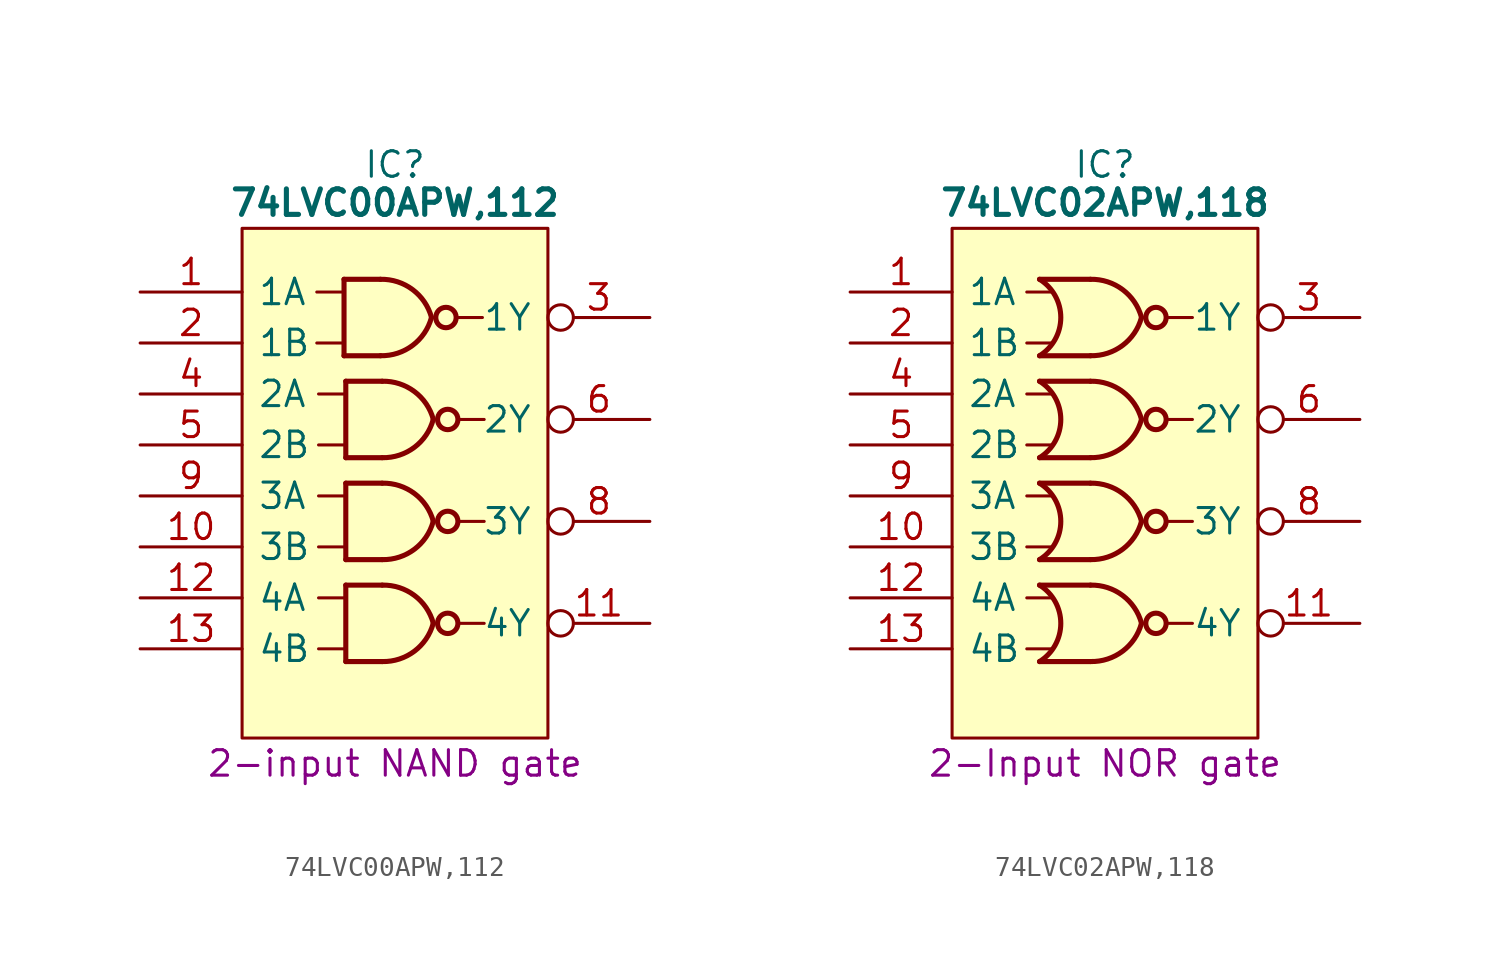
<source format=kicad_sym>
(kicad_symbol_lib
  (version 20231120)
  (generator "kicad_symbol_editor")
  (generator_version "8.0")
  (symbol "74LVC00APW,112"
    (pin_names
      (offset 0.762))
    (property "Reference" "IC"
      (at 12.7 6.35 0)
      (effects (font (size 1.27 1.27))))
    (property "Value" "74LVC00APW,112"
      (at 12.7 4.445 0)
      (effects (font (size 1.27 1.27) (bold yes))))
    (property "Description" "2-input NAND gate"
      (at 12.7 -23.495 0)
      (effects (font (size 1.27 1.27))))
    (symbol "74LVC00APW,112_0_0"
      (pin input line (at 0 0 0) (length 5.08) (name "1A" (effects (font (size 1.27 1.27)))) (number "1" (effects (font (size 1.27 1.27)))))
      (pin input line (at 0 -12.7 0) (length 5.08) (name "3B" (effects (font (size 1.27 1.27)))) (number "10" (effects (font (size 1.27 1.27)))))
      (pin output inverted (at 25.4 -16.51 180) (length 5.08) (name "4Y" (effects (font (size 1.27 1.27)))) (number "11" (effects (font (size 1.27 1.27)))))
      (pin input line (at 0 -15.24 0) (length 5.08) (name "4A" (effects (font (size 1.27 1.27)))) (number "12" (effects (font (size 1.27 1.27)))))
      (pin input line (at 0 -17.78 0) (length 5.08) (name "4B" (effects (font (size 1.27 1.27)))) (number "13" (effects (font (size 1.27 1.27)))))
      (pin passive line (at 25.4 1.27 180) (length 5.08) hide (name "3V" (effects (font (size 1.27 1.27)))) (number "14" (effects (font (size 1.27 1.27)))))
      (pin input line (at 0 -2.54 0) (length 5.08) (name "1B" (effects (font (size 1.27 1.27)))) (number "2" (effects (font (size 1.27 1.27)))))
      (pin output inverted (at 25.4 -1.27 180) (length 5.08) (name "1Y" (effects (font (size 1.27 1.27)))) (number "3" (effects (font (size 1.27 1.27)))))
      (pin input line (at 0 -5.08 0) (length 5.08) (name "2A" (effects (font (size 1.27 1.27)))) (number "4" (effects (font (size 1.27 1.27)))))
      (pin input line (at 0 -7.62 0) (length 5.08) (name "2B" (effects (font (size 1.27 1.27)))) (number "5" (effects (font (size 1.27 1.27)))))
      (pin output inverted (at 25.4 -6.35 180) (length 5.08) (name "2Y" (effects (font (size 1.27 1.27)))) (number "6" (effects (font (size 1.27 1.27)))))
      (pin passive line (at 0 -20.32 0) (length 5.08) hide (name "GND" (effects (font (size 1.27 1.27)))) (number "7" (effects (font (size 1.27 1.27)))))
      (pin output inverted (at 25.4 -11.43 180) (length 5.08) (name "3Y" (effects (font (size 1.27 1.27)))) (number "8" (effects (font (size 1.27 1.27)))))
      (pin input line (at 0 -10.16 0) (length 5.08) (name "3A" (effects (font (size 1.27 1.27)))) (number "9" (effects (font (size 1.27 1.27))))))
    (symbol "74LVC00APW,112_0_1"
      (polyline (pts (xy 8.802 -2.54) (xy 10.072 -2.54)) (stroke (width 0) (type default)) (fill (type none)))
      (polyline (pts (xy 8.802 0) (xy 10.072 0)) (stroke (width 0) (type default)) (fill (type none)))
      (polyline (pts (xy 8.89 -17.78) (xy 10.16 -17.78)) (stroke (width 0) (type default)) (fill (type none)))
      (polyline (pts (xy 8.89 -15.24) (xy 10.16 -15.24)) (stroke (width 0) (type default)) (fill (type none)))
      (polyline (pts (xy 8.89 -12.7) (xy 10.16 -12.7)) (stroke (width 0) (type default)) (fill (type none)))
      (polyline (pts (xy 8.89 -10.16) (xy 10.16 -10.16)) (stroke (width 0) (type default)) (fill (type none)))
      (polyline (pts (xy 8.89 -7.62) (xy 10.16 -7.62)) (stroke (width 0) (type default)) (fill (type none)))
      (polyline (pts (xy 8.89 -5.08) (xy 10.16 -5.08)) (stroke (width 0) (type default)) (fill (type none)))
      (polyline (pts (xy 10.16 0.635) (xy 10.16 -3.175)) (stroke (width 0.254) (type default)) (fill (type background)))
      (polyline (pts (xy 10.248 -14.605) (xy 10.248 -18.415)) (stroke (width 0.254) (type default)) (fill (type background)))
      (polyline (pts (xy 10.248 -9.525) (xy 10.248 -13.335)) (stroke (width 0.254) (type default)) (fill (type background)))
      (polyline (pts (xy 10.248 -4.445) (xy 10.248 -8.255)) (stroke (width 0.254) (type default)) (fill (type background)))
      (polyline (pts (xy 11.977 -3.175) (xy 10.16 -3.175)) (stroke (width 0.254) (type default)) (fill (type background)))
      (polyline (pts (xy 11.977 0.635) (xy 10.16 0.635)) (stroke (width 0.254) (type default)) (fill (type background)))
      (polyline (pts (xy 12.065 -18.415) (xy 10.248 -18.415)) (stroke (width 0.254) (type default)) (fill (type background)))
      (polyline (pts (xy 12.065 -14.605) (xy 10.248 -14.605)) (stroke (width 0.254) (type default)) (fill (type background)))
      (polyline (pts (xy 12.065 -13.335) (xy 10.248 -13.335)) (stroke (width 0.254) (type default)) (fill (type background)))
      (polyline (pts (xy 12.065 -9.525) (xy 10.248 -9.525)) (stroke (width 0.254) (type default)) (fill (type background)))
      (polyline (pts (xy 12.065 -8.255) (xy 10.248 -8.255)) (stroke (width 0.254) (type default)) (fill (type background)))
      (polyline (pts (xy 12.065 -4.445) (xy 10.248 -4.445)) (stroke (width 0.254) (type default)) (fill (type background)))
      (polyline (pts (xy 15.875 -1.27) (xy 17.057 -1.27)) (stroke (width 0) (type default)) (fill (type none)))
      (polyline (pts (xy 15.963 -16.51) (xy 17.145 -16.51)) (stroke (width 0) (type default)) (fill (type none)))
      (polyline (pts (xy 15.963 -11.43) (xy 17.145 -11.43)) (stroke (width 0) (type default)) (fill (type none)))
      (polyline (pts (xy 15.963 -6.35) (xy 17.145 -6.35)) (stroke (width 0) (type default)) (fill (type none)))
      (polyline (pts (xy 5.08 3.175) (xy 20.32 3.175) (xy 20.32 -22.225) (xy 5.08 -22.225) (xy 5.08 3.175)) (stroke (width 0.152) (type default)) (fill (type background)))
      (arc (start 11.977 -3.175) (mid 13.5751 -2.6601) (end 14.517 -1.27) (stroke (width 0.254) (type default)) (fill (type none)))
      (arc (start 12.065 -18.415) (mid 13.6634 -17.9004) (end 14.605 -16.51) (stroke (width 0.254) (type default)) (fill (type none)))
      (arc (start 12.065 -13.335) (mid 13.6634 -12.8204) (end 14.605 -11.43) (stroke (width 0.254) (type default)) (fill (type none)))
      (arc (start 12.065 -8.255) (mid 13.6634 -7.7404) (end 14.605 -6.35) (stroke (width 0.254) (type default)) (fill (type none)))
      (arc (start 14.517 -1.27) (mid 13.5761 0.1213) (end 11.977 0.635) (stroke (width 0.254) (type default)) (fill (type none)))
      (arc (start 14.605 -16.51) (mid 13.6641 -15.1187) (end 12.065 -14.605) (stroke (width 0.254) (type default)) (fill (type none)))
      (arc (start 14.605 -11.43) (mid 13.6641 -10.0387) (end 12.065 -9.525) (stroke (width 0.254) (type default)) (fill (type none)))
      (arc (start 14.605 -6.35) (mid 13.6641 -4.9587) (end 12.065 -4.445) (stroke (width 0.254) (type default)) (fill (type none)))
      (circle (center 15.24 -1.27) (radius 0.508) (stroke (width 0.254) (type default)) (fill (type none)))
      (circle (center 15.328 -16.51) (radius 0.508) (stroke (width 0.254) (type default)) (fill (type none)))
      (circle (center 15.328 -11.43) (radius 0.508) (stroke (width 0.254) (type default)) (fill (type none)))
      (circle (center 15.328 -6.35) (radius 0.508) (stroke (width 0.254) (type default)) (fill (type none)))))
  (symbol "74LVC02APW,118"
    (pin_names
      (offset 0.762))
    (property "Reference" "IC"
      (at 12.7 6.35 0)
      (effects (font (size 1.27 1.27))))
    (property "Value" "74LVC02APW,118"
      (at 12.7 4.445 0)
      (effects (font (size 1.27 1.27) (bold yes))))
    (property "Description" "2-Input NOR gate"
      (at 12.7 -23.495 0)
      (effects (font (size 1.27 1.27))))
    (symbol "74LVC02APW,118_0_0"
      (pin input line (at 0 0 0) (length 5.08) (name "1A" (effects (font (size 1.27 1.27)))) (number "1" (effects (font (size 1.27 1.27)))))
      (pin input line (at 0 -12.7 0) (length 5.08) (name "3B" (effects (font (size 1.27 1.27)))) (number "10" (effects (font (size 1.27 1.27)))))
      (pin output inverted (at 25.4 -16.51 180) (length 5.08) (name "4Y" (effects (font (size 1.27 1.27)))) (number "11" (effects (font (size 1.27 1.27)))))
      (pin input line (at 0 -15.24 0) (length 5.08) (name "4A" (effects (font (size 1.27 1.27)))) (number "12" (effects (font (size 1.27 1.27)))))
      (pin input line (at 0 -17.78 0) (length 5.08) (name "4B" (effects (font (size 1.27 1.27)))) (number "13" (effects (font (size 1.27 1.27)))))
      (pin passive line (at 25.4 1.27 180) (length 5.08) hide (name "3V" (effects (font (size 1.27 1.27)))) (number "14" (effects (font (size 1.27 1.27)))))
      (pin input line (at 0 -2.54 0) (length 5.08) (name "1B" (effects (font (size 1.27 1.27)))) (number "2" (effects (font (size 1.27 1.27)))))
      (pin output inverted (at 25.4 -1.27 180) (length 5.08) (name "1Y" (effects (font (size 1.27 1.27)))) (number "3" (effects (font (size 1.27 1.27)))))
      (pin input line (at 0 -5.08 0) (length 5.08) (name "2A" (effects (font (size 1.27 1.27)))) (number "4" (effects (font (size 1.27 1.27)))))
      (pin input line (at 0 -7.62 0) (length 5.08) (name "2B" (effects (font (size 1.27 1.27)))) (number "5" (effects (font (size 1.27 1.27)))))
      (pin output inverted (at 25.4 -6.35 180) (length 5.08) (name "2Y" (effects (font (size 1.27 1.27)))) (number "6" (effects (font (size 1.27 1.27)))))
      (pin passive line (at 0 -20.32 0) (length 5.08) hide (name "GND" (effects (font (size 1.27 1.27)))) (number "7" (effects (font (size 1.27 1.27)))))
      (pin output inverted (at 25.4 -11.43 180) (length 5.08) (name "3Y" (effects (font (size 1.27 1.27)))) (number "8" (effects (font (size 1.27 1.27)))))
      (pin input line (at 0 -10.16 0) (length 5.08) (name "3A" (effects (font (size 1.27 1.27)))) (number "9" (effects (font (size 1.27 1.27))))))
    (symbol "74LVC02APW,118_0_1"
      (polyline (pts (xy 8.802 -17.78) (xy 10.072 -17.78)) (stroke (width 0) (type default)) (fill (type none)))
      (polyline (pts (xy 8.802 -15.24) (xy 10.072 -15.24)) (stroke (width 0) (type default)) (fill (type none)))
      (polyline (pts (xy 8.802 -12.7) (xy 10.072 -12.7)) (stroke (width 0) (type default)) (fill (type none)))
      (polyline (pts (xy 8.802 -10.16) (xy 10.072 -10.16)) (stroke (width 0) (type default)) (fill (type none)))
      (polyline (pts (xy 8.802 -7.62) (xy 10.072 -7.62)) (stroke (width 0) (type default)) (fill (type none)))
      (polyline (pts (xy 8.802 -5.08) (xy 10.072 -5.08)) (stroke (width 0) (type default)) (fill (type none)))
      (polyline (pts (xy 8.802 -2.54) (xy 10.072 -2.54)) (stroke (width 0) (type default)) (fill (type none)))
      (polyline (pts (xy 8.802 0) (xy 10.072 0)) (stroke (width 0) (type default)) (fill (type none)))
      (polyline (pts (xy 11.977 -18.415) (xy 9.437 -18.415)) (stroke (width 0.254) (type default)) (fill (type background)))
      (polyline (pts (xy 11.977 -14.605) (xy 9.437 -14.605)) (stroke (width 0.254) (type default)) (fill (type background)))
      (polyline (pts (xy 11.977 -13.335) (xy 9.437 -13.335)) (stroke (width 0.254) (type default)) (fill (type background)))
      (polyline (pts (xy 11.977 -9.525) (xy 9.437 -9.525)) (stroke (width 0.254) (type default)) (fill (type background)))
      (polyline (pts (xy 11.977 -8.255) (xy 9.437 -8.255)) (stroke (width 0.254) (type default)) (fill (type background)))
      (polyline (pts (xy 11.977 -4.445) (xy 9.437 -4.445)) (stroke (width 0.254) (type default)) (fill (type background)))
      (polyline (pts (xy 11.977 -3.175) (xy 9.437 -3.175)) (stroke (width 0.254) (type default)) (fill (type background)))
      (polyline (pts (xy 11.977 0.635) (xy 9.437 0.635)) (stroke (width 0.254) (type default)) (fill (type background)))
      (polyline (pts (xy 15.875 -16.51) (xy 17.057 -16.51)) (stroke (width 0) (type default)) (fill (type none)))
      (polyline (pts (xy 15.875 -11.43) (xy 17.057 -11.43)) (stroke (width 0) (type default)) (fill (type none)))
      (polyline (pts (xy 15.875 -6.35) (xy 17.057 -6.35)) (stroke (width 0) (type default)) (fill (type none)))
      (polyline (pts (xy 15.875 -1.27) (xy 17.057 -1.27)) (stroke (width 0) (type default)) (fill (type none)))
      (polyline (pts (xy 5.08 3.175) (xy 20.32 3.175) (xy 20.32 -22.225) (xy 5.08 -22.225) (xy 5.08 3.175)) (stroke (width 0.152) (type default)) (fill (type background)))
      (arc (start 9.437 -18.415) (mid 10.4969 -16.51) (end 9.437 -14.605) (stroke (width 0.254) (type default)) (fill (type none)))
      (arc (start 9.437 -13.335) (mid 10.4969 -11.43) (end 9.437 -9.525) (stroke (width 0.254) (type default)) (fill (type none)))
      (arc (start 9.437 -8.255) (mid 10.4969 -6.35) (end 9.437 -4.445) (stroke (width 0.254) (type default)) (fill (type none)))
      (arc (start 9.437 -3.175) (mid 10.4969 -1.27) (end 9.437 0.635) (stroke (width 0.254) (type default)) (fill (type none)))
      (arc (start 11.977 -18.415) (mid 13.5751 -17.9001) (end 14.517 -16.51) (stroke (width 0.254) (type default)) (fill (type none)))
      (arc (start 11.977 -13.335) (mid 13.5751 -12.8201) (end 14.517 -11.43) (stroke (width 0.254) (type default)) (fill (type none)))
      (arc (start 11.977 -8.255) (mid 13.5751 -7.7401) (end 14.517 -6.35) (stroke (width 0.254) (type default)) (fill (type none)))
      (arc (start 11.977 -3.175) (mid 13.5753 -2.6602) (end 14.517 -1.27) (stroke (width 0.254) (type default)) (fill (type none)))
      (arc (start 14.517 -16.51) (mid 13.5761 -15.1187) (end 11.977 -14.605) (stroke (width 0.254) (type default)) (fill (type none)))
      (arc (start 14.517 -11.43) (mid 13.5761 -10.0387) (end 11.977 -9.525) (stroke (width 0.254) (type default)) (fill (type none)))
      (arc (start 14.517 -6.35) (mid 13.5761 -4.9587) (end 11.977 -4.445) (stroke (width 0.254) (type default)) (fill (type none)))
      (arc (start 14.517 -1.27) (mid 13.5761 0.1213) (end 11.977 0.635) (stroke (width 0.254) (type default)) (fill (type none)))
      (circle (center 15.24 -16.51) (radius 0.508) (stroke (width 0.254) (type default)) (fill (type none)))
      (circle (center 15.24 -11.43) (radius 0.508) (stroke (width 0.254) (type default)) (fill (type none)))
      (circle (center 15.24 -6.35) (radius 0.508) (stroke (width 0.254) (type default)) (fill (type none)))
      (circle (center 15.24 -1.27) (radius 0.508) (stroke (width 0.254) (type default)) (fill (type none))))))
</source>
